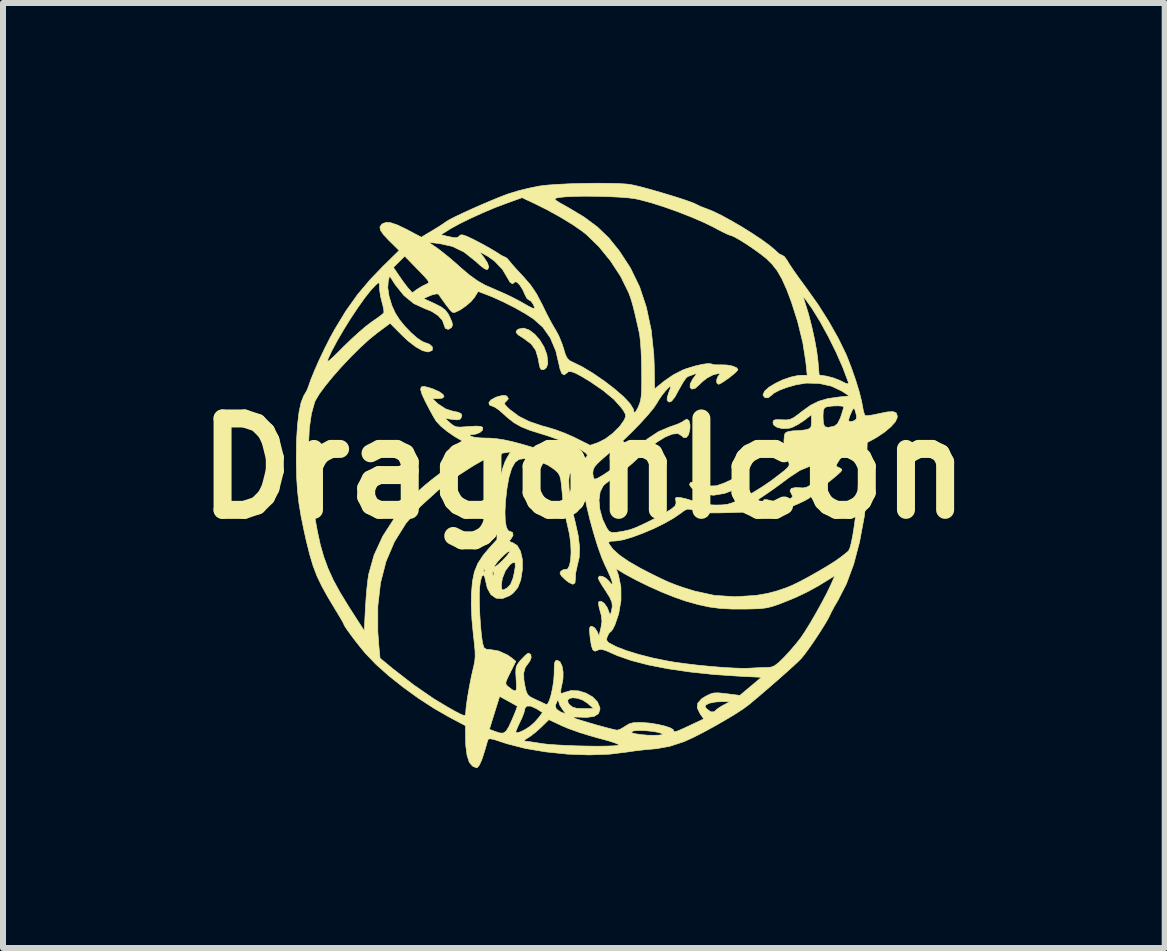
<source format=kicad_pcb>
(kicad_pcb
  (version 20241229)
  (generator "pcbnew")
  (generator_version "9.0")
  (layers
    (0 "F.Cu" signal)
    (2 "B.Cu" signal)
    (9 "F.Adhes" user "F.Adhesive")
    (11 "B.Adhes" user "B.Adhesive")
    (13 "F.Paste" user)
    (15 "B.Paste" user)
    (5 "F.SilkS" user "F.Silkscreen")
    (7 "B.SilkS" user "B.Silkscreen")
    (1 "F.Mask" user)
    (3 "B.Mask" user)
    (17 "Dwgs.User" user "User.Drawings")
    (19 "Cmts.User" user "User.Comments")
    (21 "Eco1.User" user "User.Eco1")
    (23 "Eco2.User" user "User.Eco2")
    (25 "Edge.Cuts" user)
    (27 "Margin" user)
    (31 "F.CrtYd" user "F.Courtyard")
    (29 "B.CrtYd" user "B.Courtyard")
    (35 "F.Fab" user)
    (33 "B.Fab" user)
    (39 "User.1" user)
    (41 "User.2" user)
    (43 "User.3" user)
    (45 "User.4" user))
  (footprint "DragonIcon"
    (layer "F.Cu")
    (at 6.684 4.761)
    (property "Reference" "DragonIcon" (at 0 0 0) (layer "F.SilkS") (effects (font (size 1.524 1.524) (thickness 0.3))))
    (attr through_hole)
    (fp_poly (pts (xy 2.565 0.195) (xy 2.57 0.236) (xy 2.541 0.309) (xy 2.459 0.372) (xy 2.346 0.415) (xy 2.162 0.446) (xy 1.999 0.427) (xy 1.89 0.385) (xy 1.799 0.325) (xy 1.762 0.272) (xy 1.776 0.234) (xy 1.836 0.223) (xy 1.937 0.248) (xy 1.95 0.253) (xy 2.084 0.292) (xy 2.21 0.288) (xy 2.349 0.239) (xy 2.376 0.226) (xy 2.476 0.18) (xy 2.537 0.17) (xy 2.565 0.195)) (stroke (width 0.01) (type solid)) (fill yes) (layer "F.SilkS"))
    (fp_poly (pts (xy -0.912 -2.309) (xy -0.819 -2.239) (xy -0.733 -2.14) (xy -0.663 -2.023) (xy -0.616 -1.897) (xy -0.601 -1.771) (xy -0.603 -1.739) (xy -0.627 -1.68) (xy -0.669 -1.648) (xy -0.711 -1.651) (xy -0.73 -1.679) (xy -0.743 -1.733) (xy -0.759 -1.816) (xy -0.762 -1.835) (xy -0.802 -1.971) (xy -0.878 -2.077) (xy -1.002 -2.169) (xy -1.005 -2.171) (xy -1.093 -2.227) (xy -1.13 -2.269) (xy -1.119 -2.302) (xy -1.088 -2.325) (xy -1.004 -2.341) (xy -0.912 -2.309)) (stroke (width 0.01) (type solid)) (fill yes) (layer "F.SilkS"))
    (fp_poly (pts (xy 0.401 -4.755) (xy 0.581 -4.751) (xy 0.721 -4.742) (xy 0.762 -4.737) (xy 0.845 -4.721) (xy 0.966 -4.691) (xy 1.114 -4.651) (xy 1.277 -4.604) (xy 1.441 -4.555) (xy 1.595 -4.507) (xy 1.726 -4.463) (xy 1.822 -4.428) (xy 1.868 -4.407) (xy 1.936 -4.373) (xy 2.026 -4.338) (xy 2.041 -4.333) (xy 2.154 -4.288) (xy 2.3 -4.217) (xy 2.466 -4.126) (xy 2.641 -4.024) (xy 2.813 -3.916) (xy 2.97 -3.811) (xy 3.1 -3.716) (xy 3.192 -3.638) (xy 3.21 -3.62) (xy 3.264 -3.573) (xy 3.306 -3.556) (xy 3.344 -3.532) (xy 3.388 -3.472) (xy 3.395 -3.459) (xy 3.431 -3.4) (xy 3.495 -3.305) (xy 3.579 -3.186) (xy 3.675 -3.055) (xy 3.708 -3.01) (xy 3.905 -2.733) (xy 4.086 -2.447) (xy 4.243 -2.168) (xy 4.368 -1.912) (xy 4.39 -1.86) (xy 4.464 -1.668) (xy 4.532 -1.472) (xy 4.589 -1.287) (xy 4.629 -1.129) (xy 4.646 -1.039) (xy 4.662 -0.953) (xy 4.682 -0.894) (xy 4.691 -0.882) (xy 4.731 -0.881) (xy 4.811 -0.892) (xy 4.916 -0.914) (xy 4.924 -0.916) (xy 5.065 -0.944) (xy 5.157 -0.948) (xy 5.209 -0.926) (xy 5.225 -0.876) (xy 5.224 -0.845) (xy 5.192 -0.778) (xy 5.118 -0.695) (xy 5.012 -0.606) (xy 4.885 -0.521) (xy 4.82 -0.484) (xy 4.724 -0.433) (xy 4.709 0.12) (xy 4.704 0.304) (xy 4.697 0.477) (xy 4.69 0.624) (xy 4.683 0.735) (xy 4.677 0.792) (xy 4.597 1.222) (xy 4.498 1.598) (xy 4.377 1.924) (xy 4.234 2.203) (xy 4.232 2.206) (xy 4.173 2.306) (xy 4.124 2.397) (xy 4.099 2.452) (xy 4.066 2.516) (xy 4.007 2.615) (xy 3.931 2.736) (xy 3.846 2.865) (xy 3.761 2.988) (xy 3.685 3.092) (xy 3.627 3.164) (xy 3.626 3.165) (xy 3.575 3.217) (xy 3.487 3.299) (xy 3.371 3.403) (xy 3.236 3.523) (xy 3.091 3.649) (xy 2.946 3.774) (xy 2.808 3.89) (xy 2.749 3.939) (xy 2.651 4.011) (xy 2.513 4.101) (xy 2.347 4.2) (xy 2.168 4.302) (xy 1.99 4.399) (xy 1.825 4.483) (xy 1.687 4.546) (xy 1.657 4.558) (xy 1.434 4.631) (xy 1.211 4.671) (xy 1.145 4.677) (xy 1.003 4.69) (xy 0.864 4.706) (xy 0.753 4.722) (xy 0.734 4.725) (xy 0.428 4.763) (xy 0.086 4.775) (xy -0.273 4.762) (xy -0.633 4.725) (xy -0.977 4.667) (xy -1.287 4.587) (xy -1.383 4.555) (xy -1.42 4.543) (xy -0.992 4.543) (xy -0.986 4.544) (xy -0.937 4.55) (xy -0.846 4.563) (xy -0.731 4.581) (xy -0.702 4.586) (xy -0.6 4.598) (xy -0.462 4.608) (xy -0.298 4.617) (xy -0.12 4.624) (xy 0.06 4.628) (xy 0.231 4.63) (xy 0.38 4.628) (xy 0.497 4.624) (xy 0.57 4.616) (xy 0.582 4.613) (xy 0.574 4.599) (xy 0.516 4.574) (xy 0.413 4.541) (xy 0.272 4.502) (xy 0.248 4.496) (xy 0.079 4.448) (xy -0.084 4.397) (xy 0.79 4.397) (xy 0.812 4.411) (xy 0.867 4.424) (xy 0.959 4.437) (xy 1.062 4.446) (xy 1.162 4.448) (xy 1.247 4.446) (xy 1.302 4.438) (xy 1.314 4.425) (xy 1.308 4.421) (xy 1.244 4.399) (xy 1.143 4.382) (xy 1.027 4.371) (xy 0.918 4.367) (xy 0.837 4.373) (xy 0.817 4.379) (xy 0.79 4.397) (xy -0.084 4.397) (xy -0.094 4.393) (xy -0.249 4.338) (xy -0.359 4.292) (xy -0.583 4.187) (xy -0.717 4.318) (xy -0.805 4.397) (xy -0.892 4.464) (xy -0.941 4.495) (xy -0.989 4.526) (xy -0.992 4.543) (xy -1.42 4.543) (xy -1.497 4.518) (xy -1.565 4.505) (xy -1.595 4.515) (xy -1.598 4.52) (xy -1.613 4.568) (xy -1.637 4.652) (xy -1.655 4.712) (xy -1.699 4.849) (xy -1.741 4.943) (xy -1.777 4.987) (xy -1.787 4.989) (xy -1.828 4.975) (xy -1.859 4.959) (xy -1.91 4.897) (xy -1.947 4.784) (xy -1.968 4.625) (xy -1.972 4.497) (xy -1.973 4.348) (xy -1.575 4.348) (xy -1.482 4.383) (xy -1.4 4.41) (xy -1.343 4.411) (xy -1.318 4.394) (xy -1.136 4.394) (xy -1.113 4.406) (xy -1.056 4.39) (xy -0.979 4.352) (xy -0.899 4.3) (xy -0.819 4.229) (xy -0.751 4.152) (xy -0.689 4.068) (xy -0.793 4.003) (xy -0.885 3.961) (xy -0.952 3.961) (xy -0.984 4.002) (xy -0.986 4.021) (xy -0.999 4.074) (xy -1.032 4.158) (xy -1.061 4.219) (xy -1.102 4.306) (xy -1.129 4.371) (xy -1.136 4.394) (xy -1.318 4.394) (xy -1.297 4.38) (xy -1.252 4.308) (xy -1.2 4.195) (xy -1.156 4.091) (xy -1.124 4.01) (xy -1.11 3.966) (xy -1.111 3.962) (xy -1.122 3.955) (xy -0.477 3.955) (xy -0.458 4.011) (xy -0.387 4.059) (xy -0.304 4.091) (xy -0.314 4.073) (xy -0.35 4.024) (xy -0.356 4.015) (xy -0.4 3.947) (xy -0.419 3.89) (xy -0.419 3.888) (xy -0.423 3.863) (xy -0.271 3.863) (xy -0.26 3.911) (xy -0.238 3.939) (xy -0.188 3.978) (xy -0.121 3.998) (xy -0.017 4.003) (xy -0.006 4.003) (xy 0.164 4.002) (xy 0.061 3.913) (xy -0.019 3.861) (xy -0.104 3.831) (xy -0.182 3.822) (xy -0.241 3.833) (xy -0.271 3.863) (xy -0.423 3.863) (xy -0.424 3.856) (xy -0.444 3.878) (xy -0.448 3.885) (xy -0.477 3.955) (xy -1.122 3.955) (xy -1.14 3.945) (xy -1.206 3.908) (xy -1.262 3.877) (xy -1.404 3.799) (xy -1.49 4.074) (xy -1.575 4.348) (xy -1.973 4.348) (xy -1.973 4.288) (xy -2.249 4.142) (xy -2.501 3.997) (xy -2.761 3.828) (xy -3.016 3.643) (xy -3.255 3.453) (xy -3.465 3.266) (xy -3.632 3.092) (xy -3.638 3.086) (xy -3.721 2.986) (xy -3.807 2.877) (xy -3.886 2.772) (xy -3.922 2.722) (xy -3.435 2.722) (xy -3.417 2.963) (xy -3.398 3.162) (xy -3.189 3.335) (xy -2.84 3.606) (xy -2.504 3.838) (xy -2.271 3.978) (xy -2.143 4.05) (xy -2.058 4.094) (xy -2.007 4.115) (xy -1.981 4.116) (xy -1.972 4.099) (xy -1.971 4.086) (xy -1.962 3.976) (xy -1.941 3.825) (xy -1.911 3.651) (xy -1.876 3.471) (xy -1.838 3.305) (xy -1.835 3.294) (xy -1.819 3.216) (xy -1.812 3.135) (xy -1.814 3.039) (xy -1.826 2.91) (xy -1.842 2.771) (xy -1.866 2.519) (xy -1.877 2.266) (xy -1.874 2.093) (xy -1.743 2.093) (xy -1.742 2.251) (xy -1.735 2.43) (xy -1.723 2.611) (xy -1.708 2.775) (xy -1.69 2.902) (xy -1.686 2.921) (xy -1.665 2.988) (xy -1.625 3.014) (xy -1.564 3.018) (xy -1.422 3.042) (xy -1.275 3.108) (xy -1.202 3.159) (xy -1.134 3.214) (xy -1.227 3.402) (xy -1.276 3.501) (xy -1.299 3.561) (xy -1.299 3.596) (xy -1.279 3.622) (xy -1.266 3.633) (xy -1.191 3.69) (xy -1.146 3.71) (xy -1.126 3.687) (xy -1.123 3.616) (xy -1.129 3.515) (xy -1.135 3.401) (xy -1.131 3.327) (xy -1.112 3.273) (xy -1.074 3.22) (xy -1.046 3.188) (xy -0.985 3.124) (xy -0.937 3.084) (xy -0.922 3.078) (xy -0.885 3.1) (xy -0.878 3.153) (xy -0.903 3.216) (xy -0.919 3.236) (xy -0.978 3.318) (xy -1.003 3.41) (xy -0.999 3.529) (xy -0.985 3.61) (xy -0.963 3.709) (xy -0.937 3.769) (xy -0.891 3.809) (xy -0.811 3.849) (xy -0.796 3.856) (xy -0.709 3.895) (xy -0.647 3.925) (xy -0.626 3.935) (xy -0.601 3.921) (xy -0.573 3.861) (xy -0.545 3.769) (xy -0.521 3.657) (xy -0.503 3.539) (xy -0.495 3.43) (xy -0.495 3.414) (xy -0.493 3.301) (xy -0.486 3.235) (xy -0.47 3.205) (xy -0.443 3.197) (xy -0.397 3.224) (xy -0.363 3.295) (xy -0.346 3.394) (xy -0.348 3.506) (xy -0.357 3.561) (xy -0.381 3.67) (xy -0.387 3.73) (xy -0.374 3.751) (xy -0.341 3.741) (xy -0.327 3.734) (xy -0.214 3.702) (xy -0.089 3.707) (xy 0.036 3.745) (xy 0.147 3.809) (xy 0.228 3.892) (xy 0.267 3.987) (xy 0.269 4.011) (xy 0.245 4.086) (xy 0.171 4.133) (xy 0.046 4.15) (xy -0.055 4.146) (xy -0.135 4.143) (xy -0.176 4.147) (xy -0.174 4.155) (xy -0.127 4.174) (xy -0.038 4.202) (xy 0.079 4.237) (xy 0.208 4.275) (xy 0.336 4.31) (xy 0.447 4.339) (xy 0.527 4.358) (xy 0.558 4.363) (xy 0.608 4.346) (xy 0.678 4.305) (xy 0.691 4.296) (xy 0.755 4.257) (xy 0.827 4.238) (xy 0.928 4.234) (xy 0.977 4.235) (xy 1.099 4.245) (xy 1.225 4.265) (xy 1.341 4.291) (xy 1.432 4.32) (xy 1.486 4.35) (xy 1.494 4.364) (xy 1.499 4.384) (xy 1.518 4.389) (xy 1.563 4.376) (xy 1.643 4.342) (xy 1.766 4.285) (xy 1.768 4.284) (xy 2 4.175) (xy 1.939 4.09) (xy 1.892 3.994) (xy 1.893 3.976) (xy 2.024 3.976) (xy 2.051 4.009) (xy 2.116 4.057) (xy 2.173 4.056) (xy 2.197 4.034) (xy 2.233 4.002) (xy 2.301 3.959) (xy 2.325 3.946) (xy 2.435 3.887) (xy 2.295 3.886) (xy 2.192 3.893) (xy 2.101 3.911) (xy 2.078 3.919) (xy 2.026 3.948) (xy 2.024 3.976) (xy 1.893 3.976) (xy 1.899 3.913) (xy 1.963 3.84) (xy 2.028 3.799) (xy 2.101 3.762) (xy 2.163 3.743) (xy 2.236 3.74) (xy 2.341 3.75) (xy 2.38 3.755) (xy 2.601 3.783) (xy 2.781 3.632) (xy 2.962 3.481) (xy 2.579 3.462) (xy 2.162 3.434) (xy 1.768 3.392) (xy 1.404 3.339) (xy 1.076 3.275) (xy 0.791 3.201) (xy 0.556 3.119) (xy 0.475 3.083) (xy 0.368 3.036) (xy 0.299 3.015) (xy 0.252 3.019) (xy 0.235 3.028) (xy 0.186 3.046) (xy 0.151 3.024) (xy 0.126 2.956) (xy 0.11 2.853) (xy 0.376 2.853) (xy 0.4 2.893) (xy 0.427 2.912) (xy 0.545 2.973) (xy 0.711 3.037) (xy 0.913 3.099) (xy 1.139 3.157) (xy 1.378 3.206) (xy 1.497 3.227) (xy 1.684 3.253) (xy 1.893 3.278) (xy 2.108 3.299) (xy 2.316 3.316) (xy 2.504 3.327) (xy 2.657 3.332) (xy 2.749 3.33) (xy 2.873 3.323) (xy 2.991 3.318) (xy 3.058 3.317) (xy 3.123 3.311) (xy 3.18 3.288) (xy 3.245 3.239) (xy 3.333 3.153) (xy 3.335 3.151) (xy 3.436 3.042) (xy 3.539 2.921) (xy 3.616 2.824) (xy 3.687 2.718) (xy 3.776 2.574) (xy 3.872 2.409) (xy 3.967 2.237) (xy 4.052 2.076) (xy 4.117 1.941) (xy 4.128 1.916) (xy 4.185 1.785) (xy 4.117 1.829) (xy 3.905 1.959) (xy 3.716 2.062) (xy 3.528 2.151) (xy 3.377 2.213) (xy 3.239 2.267) (xy 3.133 2.302) (xy 3.039 2.324) (xy 2.937 2.336) (xy 2.807 2.341) (xy 2.704 2.343) (xy 2.468 2.343) (xy 2.269 2.332) (xy 2.087 2.308) (xy 1.9 2.267) (xy 1.688 2.207) (xy 1.509 2.144) (xy 1.299 2.06) (xy 1.08 1.962) (xy 0.872 1.86) (xy 0.694 1.764) (xy 0.647 1.736) (xy 0.539 1.669) (xy 0.578 1.783) (xy 0.618 1.978) (xy 0.619 2.198) (xy 0.581 2.422) (xy 0.518 2.607) (xy 0.483 2.677) (xy 0.454 2.716) (xy 0.448 2.719) (xy 0.422 2.743) (xy 0.394 2.794) (xy 0.376 2.853) (xy 0.11 2.853) (xy 0.107 2.836) (xy 0.105 2.816) (xy 0.095 2.713) (xy 0.097 2.657) (xy 0.112 2.633) (xy 0.132 2.63) (xy 0.178 2.654) (xy 0.217 2.709) (xy 0.253 2.788) (xy 0.285 2.656) (xy 0.302 2.549) (xy 0.291 2.448) (xy 0.273 2.384) (xy 0.251 2.298) (xy 0.245 2.237) (xy 0.25 2.22) (xy 0.291 2.214) (xy 0.342 2.25) (xy 0.389 2.318) (xy 0.406 2.36) (xy 0.429 2.423) (xy 0.442 2.433) (xy 0.456 2.396) (xy 0.458 2.387) (xy 0.474 2.304) (xy 0.468 2.232) (xy 0.434 2.152) (xy 0.368 2.046) (xy 0.359 2.032) (xy 0.299 1.941) (xy 0.257 1.867) (xy 0.239 1.826) (xy 0.239 1.824) (xy 0.259 1.794) (xy 0.308 1.797) (xy 0.367 1.828) (xy 0.415 1.875) (xy 0.458 1.925) (xy 0.476 1.926) (xy 0.47 1.884) (xy 0.441 1.803) (xy 0.39 1.688) (xy 0.359 1.626) (xy 0.298 1.485) (xy 0.232 1.3) (xy 0.209 1.226) (xy 0.415 1.226) (xy 0.418 1.253) (xy 0.419 1.255) (xy 0.487 1.348) (xy 0.595 1.445) (xy 0.747 1.55) (xy 0.949 1.666) (xy 1.136 1.762) (xy 1.289 1.837) (xy 1.413 1.894) (xy 1.527 1.939) (xy 1.652 1.983) (xy 1.809 2.032) (xy 1.853 2.045) (xy 2.175 2.115) (xy 2.519 2.138) (xy 2.87 2.116) (xy 3.065 2.082) (xy 3.21 2.044) (xy 3.367 1.991) (xy 3.471 1.949) (xy 3.598 1.887) (xy 3.748 1.807) (xy 3.907 1.717) (xy 4.059 1.627) (xy 4.19 1.545) (xy 4.282 1.479) (xy 4.288 1.475) (xy 4.355 1.422) (xy 4.404 1.382) (xy 4.41 1.378) (xy 4.434 1.331) (xy 4.46 1.235) (xy 4.486 1.099) (xy 4.512 0.934) (xy 4.535 0.749) (xy 4.555 0.556) (xy 4.57 0.364) (xy 4.58 0.183) (xy 4.583 0.024) (xy 4.58 -0.065) (xy 4.564 -0.354) (xy 4.441 -0.293) (xy 4.348 -0.232) (xy 4.269 -0.155) (xy 4.254 -0.134) (xy 4.215 -0.07) (xy 4.208 -0.039) (xy 4.232 -0.024) (xy 4.246 -0.02) (xy 4.293 0.006) (xy 4.303 0.026) (xy 4.281 0.056) (xy 4.22 0.112) (xy 4.131 0.186) (xy 4.057 0.244) (xy 3.953 0.324) (xy 3.869 0.392) (xy 3.814 0.439) (xy 3.8 0.455) (xy 3.763 0.489) (xy 3.686 0.534) (xy 3.584 0.583) (xy 3.474 0.63) (xy 3.371 0.666) (xy 3.292 0.686) (xy 3.273 0.687) (xy 3.195 0.697) (xy 3.168 0.726) (xy 3.168 0.726) (xy 3.148 0.791) (xy 3.091 0.81) (xy 3.001 0.783) (xy 2.986 0.776) (xy 2.936 0.753) (xy 2.881 0.738) (xy 2.811 0.73) (xy 2.714 0.728) (xy 2.577 0.73) (xy 2.445 0.735) (xy 2.255 0.74) (xy 2.111 0.74) (xy 2.003 0.733) (xy 1.917 0.718) (xy 1.87 0.706) (xy 1.782 0.681) (xy 1.726 0.677) (xy 1.677 0.699) (xy 1.616 0.745) (xy 1.493 0.829) (xy 1.337 0.917) (xy 1.162 1.003) (xy 0.98 1.08) (xy 0.807 1.144) (xy 0.655 1.189) (xy 0.539 1.207) (xy 0.533 1.208) (xy 0.45 1.212) (xy 0.415 1.226) (xy 0.209 1.226) (xy 0.166 1.086) (xy 0.103 0.859) (xy 0.049 0.634) (xy 0.008 0.426) (xy 0.002 0.39) (xy -0.031 0.257) (xy -0.08 0.153) (xy -0.138 0.085) (xy -0.2 0.064) (xy -0.217 0.068) (xy -0.242 0.108) (xy -0.251 0.195) (xy -0.247 0.322) (xy -0.229 0.478) (xy -0.199 0.654) (xy -0.158 0.841) (xy -0.146 0.885) (xy -0.094 1.12) (xy -0.071 1.316) (xy -0.078 1.486) (xy -0.115 1.644) (xy -0.115 1.647) (xy -0.137 1.744) (xy -0.141 1.834) (xy -0.141 1.835) (xy -0.148 1.908) (xy -0.183 1.93) (xy -0.248 1.901) (xy -0.312 1.851) (xy -0.376 1.788) (xy -0.398 1.747) (xy -0.384 1.713) (xy -0.337 1.684) (xy -0.311 1.685) (xy -0.27 1.675) (xy -0.239 1.617) (xy -0.22 1.52) (xy -0.213 1.395) (xy -0.219 1.252) (xy -0.238 1.102) (xy -0.271 0.954) (xy -0.301 0.823) (xy -0.33 0.659) (xy -0.353 0.49) (xy -0.36 0.418) (xy -0.373 0.278) (xy -0.385 0.184) (xy -0.402 0.122) (xy -0.427 0.077) (xy -0.466 0.037) (xy -0.5 0.009) (xy -0.513 0) (xy 0 0) (xy 0.011 0.025) (xy 0.02 0.02) (xy 0.023 -0.016) (xy 0.02 -0.02) (xy 0.002 -0.016) (xy 0 0) (xy -0.513 0) (xy -0.602 -0.058) (xy -0.731 -0.113) (xy -0.867 -0.15) (xy -0.991 -0.165) (xy -1.08 -0.153) (xy -1.148 -0.102) (xy -1.204 -0.001) (xy -1.25 0.153) (xy -1.283 0.341) (xy -1.306 0.547) (xy -1.315 0.726) (xy -1.31 0.873) (xy -1.292 0.978) (xy -1.261 1.037) (xy -1.238 1.046) (xy -1.188 1.066) (xy -1.18 1.114) (xy -1.209 1.164) (xy -1.24 1.205) (xy -1.222 1.226) (xy -1.187 1.236) (xy -1.111 1.284) (xy -1.056 1.38) (xy -1.026 1.512) (xy -1.024 1.672) (xy -1.025 1.687) (xy -1.052 1.857) (xy -1.1 1.982) (xy -1.176 2.075) (xy -1.239 2.121) (xy -1.359 2.169) (xy -1.464 2.162) (xy -1.55 2.102) (xy -1.61 1.993) (xy -1.622 1.941) (xy -1.375 1.941) (xy -1.37 2.009) (xy -1.349 2.027) (xy -1.298 2.002) (xy -1.273 1.986) (xy -1.222 1.932) (xy -1.183 1.836) (xy -1.165 1.761) (xy -1.144 1.643) (xy -1.145 1.578) (xy -1.169 1.562) (xy -1.217 1.591) (xy -1.229 1.601) (xy -1.307 1.702) (xy -1.359 1.832) (xy -1.375 1.941) (xy -1.622 1.941) (xy -1.635 1.886) (xy -1.654 1.802) (xy -1.677 1.774) (xy -1.701 1.799) (xy -1.723 1.874) (xy -1.737 1.975) (xy -1.743 2.093) (xy -1.874 2.093) (xy -1.874 2.092) (xy -1.858 1.886) (xy -1.829 1.746) (xy -1.522 1.746) (xy -1.516 1.784) (xy -1.506 1.785) (xy -1.499 1.745) (xy -1.504 1.728) (xy -1.517 1.716) (xy -1.522 1.746) (xy -1.829 1.746) (xy -1.824 1.722) (xy -1.816 1.703) (xy -1.673 1.703) (xy -1.662 1.728) (xy -1.653 1.723) (xy -1.65 1.688) (xy -1.653 1.683) (xy -1.671 1.687) (xy -1.673 1.703) (xy -1.816 1.703) (xy -1.791 1.641) (xy -1.494 1.641) (xy -1.475 1.637) (xy -1.425 1.598) (xy -1.355 1.533) (xy -1.352 1.53) (xy -1.285 1.458) (xy -1.244 1.404) (xy -1.237 1.378) (xy -1.238 1.378) (xy -1.271 1.392) (xy -1.327 1.438) (xy -1.391 1.501) (xy -1.449 1.567) (xy -1.487 1.621) (xy -1.494 1.641) (xy -1.791 1.641) (xy -1.767 1.582) (xy -1.679 1.448) (xy -1.588 1.339) (xy -1.449 1.185) (xy -1.446 0.809) (xy -1.443 0.653) (xy -1.437 0.507) (xy -1.429 0.388) (xy -1.421 0.314) (xy -1.386 0.131) (xy -1.352 -0.005) (xy -1.317 -0.107) (xy -1.282 -0.176) (xy -1.222 -0.277) (xy -1.35 -0.257) (xy -1.455 -0.234) (xy -1.564 -0.195) (xy -1.687 -0.135) (xy -1.835 -0.051) (xy -2.016 0.065) (xy -2.07 0.1) (xy -2.425 0.359) (xy -2.723 0.63) (xy -2.967 0.915) (xy -3.158 1.221) (xy -3.298 1.55) (xy -3.39 1.907) (xy -3.435 2.296) (xy -3.435 2.722) (xy -3.922 2.722) (xy -3.951 2.682) (xy -3.993 2.617) (xy -4.004 2.591) (xy -4.019 2.56) (xy -4.059 2.491) (xy -4.116 2.395) (xy -4.149 2.341) (xy -4.273 2.135) (xy -4.371 1.957) (xy -4.45 1.792) (xy -4.514 1.623) (xy -4.57 1.436) (xy -4.625 1.215) (xy -4.663 1.046) (xy -4.714 0.797) (xy -4.75 0.579) (xy -4.774 0.372) (xy -4.788 0.155) (xy -4.794 -0.095) (xy -4.794 -0.179) (xy -4.791 -0.387) (xy -4.59 -0.387) (xy -4.584 -0.068) (xy -4.558 0.279) (xy -4.512 0.647) (xy -4.494 0.762) (xy -4.445 1.033) (xy -4.395 1.266) (xy -4.336 1.473) (xy -4.265 1.666) (xy -4.177 1.86) (xy -4.065 2.065) (xy -3.925 2.295) (xy -3.797 2.495) (xy -3.661 2.704) (xy -3.642 2.331) (xy -3.631 2.165) (xy -3.617 1.999) (xy -3.601 1.855) (xy -3.587 1.763) (xy -3.498 1.445) (xy -3.352 1.128) (xy -3.151 0.817) (xy -2.898 0.516) (xy -2.732 0.352) (xy -2.628 0.261) (xy -2.498 0.157) (xy -2.353 0.047) (xy -2.204 -0.06) (xy -2.061 -0.158) (xy -1.936 -0.239) (xy -1.838 -0.294) (xy -1.793 -0.314) (xy -1.751 -0.342) (xy -1.761 -0.372) (xy -1.814 -0.388) (xy -1.821 -0.388) (xy -1.91 -0.408) (xy -2.026 -0.459) (xy -2.154 -0.533) (xy -2.28 -0.62) (xy -2.389 -0.71) (xy -2.465 -0.794) (xy -2.468 -0.799) (xy -2.508 -0.865) (xy -2.563 -0.965) (xy -2.623 -1.08) (xy -2.636 -1.104) (xy -2.697 -1.234) (xy -2.722 -1.318) (xy -2.71 -1.361) (xy -2.658 -1.368) (xy -2.564 -1.343) (xy -2.517 -1.327) (xy -2.411 -1.28) (xy -2.348 -1.235) (xy -2.331 -1.197) (xy -2.363 -1.172) (xy -2.426 -1.165) (xy -2.525 -1.165) (xy -2.429 -1.075) (xy -2.301 -0.992) (xy -2.196 -0.959) (xy -2.097 -0.938) (xy -2.047 -0.915) (xy -2.034 -0.885) (xy -2.044 -0.849) (xy -2.068 -0.818) (xy -2.12 -0.811) (xy -2.189 -0.818) (xy -2.316 -0.837) (xy -2.228 -0.758) (xy -2.178 -0.718) (xy -2.131 -0.696) (xy -2.068 -0.69) (xy -1.97 -0.696) (xy -1.924 -0.7) (xy -1.795 -0.707) (xy -1.718 -0.702) (xy -1.686 -0.684) (xy -1.689 -0.641) (xy -1.733 -0.6) (xy -1.804 -0.573) (xy -1.851 -0.567) (xy -1.9 -0.563) (xy -1.895 -0.547) (xy -1.883 -0.538) (xy -1.829 -0.522) (xy -1.739 -0.511) (xy -1.671 -0.508) (xy -1.56 -0.506) (xy -1.45 -0.496) (xy -1.334 -0.478) (xy -1.202 -0.45) (xy -1.046 -0.409) (xy -0.857 -0.354) (xy -0.626 -0.282) (xy -0.433 -0.22) (xy -0.284 -0.174) (xy -0.179 -0.146) (xy -0.105 -0.134) (xy -0.053 -0.137) (xy -0.022 -0.146) (xy 0.037 -0.182) (xy 0.06 -0.221) (xy 0.033 -0.257) (xy -0.04 -0.306) (xy -0.15 -0.364) (xy -0.287 -0.426) (xy -0.439 -0.487) (xy -0.597 -0.543) (xy -0.716 -0.58) (xy -0.902 -0.638) (xy -1.047 -0.697) (xy -1.166 -0.765) (xy -1.278 -0.853) (xy -1.337 -0.907) (xy -1.413 -0.974) (xy -1.48 -1.02) (xy -1.511 -1.034) (xy -1.573 -1.058) (xy -1.584 -1.097) (xy -1.549 -1.143) (xy -1.473 -1.185) (xy -1.435 -1.199) (xy -1.35 -1.219) (xy -1.299 -1.215) (xy -1.277 -1.198) (xy -1.258 -1.161) (xy -1.292 -1.123) (xy -1.293 -1.122) (xy -1.32 -1.096) (xy -1.317 -1.067) (xy -1.277 -1.023) (xy -1.232 -0.981) (xy -1.085 -0.871) (xy -0.909 -0.783) (xy -0.691 -0.709) (xy -0.621 -0.691) (xy -0.481 -0.649) (xy -0.319 -0.589) (xy -0.168 -0.523) (xy -0.143 -0.51) (xy 0.105 -0.387) (xy 0.239 -0.433) (xy 0.359 -0.494) (xy 0.485 -0.589) (xy 0.597 -0.7) (xy 0.672 -0.807) (xy 0.695 -0.861) (xy 0.693 -0.906) (xy 0.661 -0.964) (xy 0.63 -1.008) (xy 0.504 -1.15) (xy 0.326 -1.298) (xy 0.105 -1.45) (xy -0.039 -1.537) (xy -0.142 -1.591) (xy -0.213 -1.616) (xy -0.26 -1.613) (xy -0.286 -1.591) (xy -0.329 -1.56) (xy -0.368 -1.585) (xy -0.398 -1.662) (xy -0.405 -1.697) (xy -0.467 -1.961) (xy -0.559 -2.178) (xy -0.684 -2.356) (xy -0.841 -2.495) (xy -0.977 -2.583) (xy -1.148 -2.68) (xy -1.336 -2.775) (xy -1.518 -2.858) (xy -1.606 -2.893) (xy -1.762 -2.952) (xy -1.825 -2.85) (xy -1.883 -2.782) (xy -1.967 -2.71) (xy -2.058 -2.647) (xy -2.139 -2.607) (xy -2.175 -2.6) (xy -2.198 -2.61) (xy -2.234 -2.647) (xy -2.288 -2.716) (xy -2.366 -2.824) (xy -2.424 -2.907) (xy -2.459 -2.912) (xy -2.528 -2.895) (xy -2.558 -2.884) (xy -2.674 -2.834) (xy -2.488 -2.749) (xy -2.381 -2.695) (xy -2.312 -2.643) (xy -2.263 -2.579) (xy -2.237 -2.529) (xy -2.199 -2.442) (xy -2.19 -2.388) (xy -2.208 -2.349) (xy -2.261 -2.319) (xy -2.309 -2.337) (xy -2.331 -2.395) (xy -2.331 -2.396) (xy -2.358 -2.472) (xy -2.431 -2.55) (xy -2.537 -2.62) (xy -2.661 -2.67) (xy -2.836 -2.751) (xy -3 -2.885) (xy -3.143 -3.063) (xy -3.155 -3.082) (xy -3.238 -3.212) (xy -3.261 -3.125) (xy -3.269 -3.014) (xy -3.248 -2.873) (xy -3.202 -2.72) (xy -3.142 -2.588) (xy -3.074 -2.482) (xy -2.983 -2.37) (xy -2.88 -2.264) (xy -2.78 -2.175) (xy -2.693 -2.117) (xy -2.653 -2.101) (xy -2.571 -2.071) (xy -2.525 -2.026) (xy -2.525 -1.978) (xy -2.534 -1.966) (xy -2.597 -1.943) (xy -2.689 -1.965) (xy -2.803 -2.029) (xy -2.934 -2.13) (xy -3.023 -2.214) (xy -3.23 -2.421) (xy -3.445 -2.261) (xy -3.579 -2.153) (xy -3.728 -2.017) (xy -3.883 -1.863) (xy -4.037 -1.7) (xy -4.181 -1.537) (xy -4.307 -1.383) (xy -4.408 -1.247) (xy -4.474 -1.137) (xy -4.488 -1.106) (xy -4.542 -0.913) (xy -4.577 -0.671) (xy -4.59 -0.387) (xy -4.791 -0.387) (xy -4.79 -0.47) (xy -4.774 -0.725) (xy -4.749 -0.937) (xy -4.714 -1.101) (xy -4.67 -1.212) (xy -4.662 -1.225) (xy -4.618 -1.301) (xy -4.594 -1.36) (xy -4.552 -1.481) (xy -4.487 -1.64) (xy -4.417 -1.799) (xy -4.274 -1.799) (xy -4.268 -1.787) (xy -4.238 -1.806) (xy -4.18 -1.858) (xy -4.089 -1.947) (xy -4.013 -2.024) (xy -3.887 -2.146) (xy -3.757 -2.265) (xy -3.637 -2.368) (xy -3.541 -2.441) (xy -3.535 -2.445) (xy -3.444 -2.508) (xy -3.373 -2.561) (xy -3.337 -2.592) (xy -3.335 -2.595) (xy -3.334 -2.635) (xy -3.349 -2.712) (xy -3.363 -2.764) (xy -3.39 -2.873) (xy -3.405 -2.979) (xy -3.407 -3.013) (xy -3.408 -3.081) (xy -3.422 -3.098) (xy -3.457 -3.072) (xy -3.47 -3.06) (xy -3.552 -2.972) (xy -3.655 -2.842) (xy -3.769 -2.681) (xy -3.889 -2.501) (xy -4.005 -2.314) (xy -4.112 -2.131) (xy -4.202 -1.963) (xy -4.261 -1.836) (xy -4.274 -1.799) (xy -4.417 -1.799) (xy -4.407 -1.82) (xy -4.318 -2.007) (xy -4.228 -2.185) (xy -4.154 -2.319) (xy -3.965 -2.63) (xy -3.771 -2.902) (xy -3.557 -3.155) (xy -3.366 -3.353) (xy -3.175 -3.353) (xy -3.077 -3.208) (xy -3.012 -3.115) (xy -2.95 -3.033) (xy -2.92 -2.997) (xy -2.86 -2.93) (xy -2.778 -2.989) (xy -2.697 -3.039) (xy -2.625 -3.074) (xy -2.596 -3.087) (xy -2.587 -3.106) (xy -2.603 -3.139) (xy -2.649 -3.194) (xy -2.731 -3.279) (xy -2.771 -3.32) (xy -2.986 -3.541) (xy -3.081 -3.447) (xy -3.175 -3.353) (xy -3.366 -3.353) (xy -3.356 -3.364) (xy -3.08 -3.635) (xy -3.217 -3.771) (xy -2.585 -3.771) (xy -2.435 -3.667) (xy -2.348 -3.6) (xy -2.234 -3.508) (xy -2.114 -3.404) (xy -2.05 -3.346) (xy -1.906 -3.224) (xy -1.767 -3.125) (xy -1.65 -3.059) (xy -1.646 -3.057) (xy -1.522 -3.003) (xy -1.392 -2.946) (xy -1.33 -2.919) (xy -1.217 -2.866) (xy -1.089 -2.8) (xy -1.016 -2.759) (xy -0.911 -2.7) (xy -0.85 -2.671) (xy -0.824 -2.671) (xy -0.827 -2.699) (xy -0.842 -2.734) (xy -0.879 -2.789) (xy -0.913 -2.809) (xy -0.948 -2.834) (xy -0.981 -2.896) (xy -0.982 -2.9) (xy -1.02 -2.984) (xy -1.066 -3.057) (xy -1.111 -3.104) (xy -1.144 -3.114) (xy -1.15 -3.109) (xy -1.189 -3.079) (xy -1.232 -3.107) (xy -1.262 -3.16) (xy -1.357 -3.32) (xy -1.491 -3.46) (xy -1.603 -3.539) (xy -1.74 -3.615) (xy -1.662 -3.513) (xy -1.605 -3.424) (xy -1.585 -3.357) (xy -1.603 -3.321) (xy -1.623 -3.317) (xy -1.663 -3.336) (xy -1.73 -3.388) (xy -1.81 -3.46) (xy -1.81 -3.46) (xy -1.996 -3.608) (xy -2.192 -3.703) (xy -2.406 -3.75) (xy -2.585 -3.771) (xy -3.217 -3.771) (xy -3.244 -3.796) (xy -3.34 -3.899) (xy -3.391 -3.973) (xy -3.4 -4.028) (xy -3.37 -4.071) (xy -3.349 -4.085) (xy -3.293 -4.104) (xy -3.217 -4.097) (xy -3.113 -4.062) (xy -2.972 -3.995) (xy -2.909 -3.962) (xy -2.709 -3.856) (xy -2.642 -3.897) (xy -2.383 -3.897) (xy -2.246 -3.865) (xy -2.156 -3.848) (xy -2.105 -3.852) (xy -2.075 -3.877) (xy -2.053 -3.895) (xy -2.015 -3.894) (xy -1.951 -3.871) (xy -1.849 -3.823) (xy -1.806 -3.801) (xy -1.682 -3.736) (xy -1.564 -3.67) (xy -1.472 -3.615) (xy -1.455 -3.604) (xy -1.382 -3.557) (xy -1.328 -3.529) (xy -1.315 -3.526) (xy -1.28 -3.504) (xy -1.242 -3.46) (xy -1.201 -3.409) (xy -1.131 -3.33) (xy -1.044 -3.236) (xy -1.009 -3.199) (xy -0.887 -3.058) (xy -0.787 -2.909) (xy -0.692 -2.727) (xy -0.688 -2.719) (xy -0.623 -2.585) (xy -0.556 -2.457) (xy -0.498 -2.354) (xy -0.473 -2.314) (xy -0.42 -2.217) (xy -0.369 -2.093) (xy -0.339 -2.004) (xy -0.307 -1.898) (xy -0.275 -1.835) (xy -0.233 -1.796) (xy -0.181 -1.771) (xy -0.028 -1.696) (xy 0.151 -1.588) (xy 0.34 -1.459) (xy 0.499 -1.337) (xy 0.659 -1.2) (xy 0.767 -1.085) (xy 0.825 -0.992) (xy 0.837 -0.937) (xy 0.849 -0.929) (xy 0.877 -0.967) (xy 0.903 -1.016) (xy 0.927 -1.073) (xy 0.945 -1.131) (xy 0.956 -1.202) (xy 0.962 -1.298) (xy 0.965 -1.43) (xy 0.964 -1.609) (xy 0.964 -1.623) (xy 0.961 -1.799) (xy 0.954 -1.967) (xy 0.944 -2.112) (xy 0.932 -2.219) (xy 0.927 -2.25) (xy 0.882 -2.45) (xy 0.847 -2.601) (xy 0.818 -2.715) (xy 0.793 -2.803) (xy 0.769 -2.875) (xy 0.743 -2.942) (xy 0.742 -2.943) (xy 0.613 -3.204) (xy 0.444 -3.462) (xy 0.25 -3.7) (xy 0.043 -3.901) (xy -0.025 -3.955) (xy -0.187 -4.067) (xy -0.387 -4.189) (xy -0.607 -4.311) (xy -0.83 -4.422) (xy -0.836 -4.425) (xy -0.977 -4.491) (xy -0.484 -4.491) (xy -0.463 -4.469) (xy -0.404 -4.431) (xy -0.3 -4.373) (xy -0.269 -4.356) (xy -0.000231 -4.195) (xy 0.223 -4.03) (xy 0.415 -3.846) (xy 0.588 -3.632) (xy 0.757 -3.374) (xy 0.782 -3.332) (xy 0.929 -3.03) (xy 1.043 -2.686) (xy 1.123 -2.308) (xy 1.166 -1.904) (xy 1.173 -1.732) (xy 1.18 -1.328) (xy 1.351 -1.465) (xy 1.494 -1.563) (xy 1.651 -1.643) (xy 1.709 -1.665) (xy 1.854 -1.709) (xy 1.981 -1.738) (xy 2.077 -1.75) (xy 2.131 -1.743) (xy 2.135 -1.74) (xy 2.174 -1.73) (xy 2.249 -1.728) (xy 2.28 -1.729) (xy 2.38 -1.726) (xy 2.474 -1.709) (xy 2.543 -1.682) (xy 2.57 -1.65) (xy 2.547 -1.619) (xy 2.491 -1.568) (xy 2.416 -1.509) (xy 2.338 -1.454) (xy 2.275 -1.415) (xy 2.245 -1.404) (xy 2.217 -1.427) (xy 2.214 -1.479) (xy 2.236 -1.534) (xy 2.247 -1.548) (xy 2.268 -1.577) (xy 2.246 -1.584) (xy 2.157 -1.563) (xy 2.054 -1.509) (xy 1.96 -1.435) (xy 1.933 -1.406) (xy 1.859 -1.339) (xy 1.802 -1.323) (xy 1.771 -1.35) (xy 1.773 -1.41) (xy 1.817 -1.495) (xy 1.83 -1.511) (xy 1.87 -1.565) (xy 1.875 -1.583) (xy 1.843 -1.574) (xy 1.837 -1.571) (xy 1.766 -1.545) (xy 1.733 -1.534) (xy 1.699 -1.502) (xy 1.65 -1.43) (xy 1.595 -1.333) (xy 1.584 -1.313) (xy 1.517 -1.191) (xy 1.463 -1.123) (xy 1.421 -1.107) (xy 1.39 -1.134) (xy 1.389 -1.178) (xy 1.41 -1.25) (xy 1.417 -1.269) (xy 1.442 -1.336) (xy 1.451 -1.372) (xy 1.449 -1.375) (xy 1.415 -1.352) (xy 1.361 -1.295) (xy 1.3 -1.218) (xy 1.245 -1.137) (xy 1.221 -1.095) (xy 1.164 -1.009) (xy 1.069 -0.894) (xy 0.946 -0.758) (xy 0.801 -0.609) (xy 0.644 -0.457) (xy 0.482 -0.309) (xy 0.411 -0.248) (xy 0.297 -0.149) (xy 0.221 -0.078) (xy 0.177 -0.025) (xy 0.156 0.021) (xy 0.15 0.068) (xy 0.149 0.077) (xy 0.158 0.145) (xy 0.178 0.179) (xy 0.182 0.179) (xy 0.232 0.161) (xy 0.316 0.112) (xy 0.423 0.041) (xy 0.543 -0.046) (xy 0.664 -0.139) (xy 0.775 -0.231) (xy 0.865 -0.313) (xy 0.878 -0.327) (xy 1.062 -0.495) (xy 1.245 -0.615) (xy 1.441 -0.698) (xy 1.47 -0.707) (xy 1.566 -0.741) (xy 1.641 -0.777) (xy 1.666 -0.795) (xy 1.716 -0.823) (xy 1.753 -0.797) (xy 1.77 -0.726) (xy 1.768 -0.657) (xy 1.746 -0.564) (xy 1.708 -0.516) (xy 1.66 -0.518) (xy 1.627 -0.549) (xy 1.568 -0.583) (xy 1.476 -0.574) (xy 1.358 -0.526) (xy 1.219 -0.441) (xy 1.065 -0.322) (xy 0.926 -0.195) (xy 0.811 -0.089) (xy 0.69 0.014) (xy 0.581 0.097) (xy 0.538 0.126) (xy 0.444 0.19) (xy 0.365 0.25) (xy 0.324 0.287) (xy 0.272 0.389) (xy 0.253 0.526) (xy 0.267 0.683) (xy 0.312 0.846) (xy 0.379 0.988) (xy 0.42 1.046) (xy 0.467 1.068) (xy 0.544 1.064) (xy 0.552 1.063) (xy 0.662 1.045) (xy 0.769 1.02) (xy 0.777 1.018) (xy 0.862 0.986) (xy 0.981 0.933) (xy 1.118 0.866) (xy 1.256 0.795) (xy 1.377 0.727) (xy 1.456 0.678) (xy 1.519 0.626) (xy 1.538 0.576) (xy 1.534 0.542) (xy 1.527 0.495) (xy 1.549 0.479) (xy 1.615 0.486) (xy 1.617 0.486) (xy 1.709 0.507) (xy 1.818 0.541) (xy 1.853 0.554) (xy 1.978 0.588) (xy 2.133 0.607) (xy 2.2 0.609) (xy 2.309 0.607) (xy 2.397 0.596) (xy 2.484 0.569) (xy 2.494 0.565) (xy 2.863 0.565) (xy 2.876 0.582) (xy 2.902 0.593) (xy 2.956 0.605) (xy 2.979 0.579) (xy 2.983 0.561) (xy 3.005 0.519) (xy 3.058 0.521) (xy 3.18 0.551) (xy 3.27 0.557) (xy 3.35 0.541) (xy 3.39 0.526) (xy 3.46 0.492) (xy 3.482 0.464) (xy 3.467 0.434) (xy 3.437 0.373) (xy 3.46 0.332) (xy 3.531 0.317) (xy 3.582 0.32) (xy 3.657 0.324) (xy 3.721 0.309) (xy 3.796 0.266) (xy 3.853 0.225) (xy 3.932 0.167) (xy 3.986 0.125) (xy 4.004 0.108) (xy 3.978 0.104) (xy 3.922 0.103) (xy 3.86 0.093) (xy 3.84 0.053) (xy 3.84 0.045) (xy 3.864 -0.009) (xy 3.904 -0.024) (xy 3.976 -0.053) (xy 4.016 -0.086) (xy 4.032 -0.109) (xy 4.018 -0.116) (xy 3.967 -0.105) (xy 3.87 -0.076) (xy 3.832 -0.064) (xy 3.603 0.031) (xy 3.422 0.15) (xy 3.302 0.24) (xy 3.163 0.341) (xy 3.036 0.429) (xy 2.937 0.496) (xy 2.881 0.539) (xy 2.863 0.565) (xy 2.494 0.565) (xy 2.59 0.522) (xy 2.663 0.487) (xy 2.812 0.406) (xy 2.974 0.306) (xy 3.119 0.207) (xy 3.138 0.193) (xy 3.264 0.097) (xy 3.349 0.03) (xy 3.4 -0.018) (xy 3.422 -0.053) (xy 3.422 -0.086) (xy 3.406 -0.123) (xy 3.39 -0.152) (xy 3.36 -0.239) (xy 3.342 -0.35) (xy 3.336 -0.463) (xy 3.344 -0.554) (xy 3.357 -0.59) (xy 3.4 -0.614) (xy 3.476 -0.627) (xy 3.494 -0.628) (xy 3.599 -0.633) (xy 3.698 -0.645) (xy 3.702 -0.646) (xy 3.763 -0.665) (xy 3.789 -0.7) (xy 3.795 -0.773) (xy 3.795 -0.78) (xy 3.795 -0.893) (xy 3.988 -0.893) (xy 3.988 -0.85) (xy 3.994 -0.748) (xy 4.019 -0.696) (xy 4.075 -0.685) (xy 4.173 -0.705) (xy 4.174 -0.705) (xy 4.228 -0.745) (xy 4.262 -0.811) (xy 4.413 -0.811) (xy 4.425 -0.779) (xy 4.479 -0.787) (xy 4.515 -0.801) (xy 4.544 -0.828) (xy 4.545 -0.881) (xy 4.535 -0.922) (xy 4.516 -0.987) (xy 4.498 -1.004) (xy 4.475 -0.971) (xy 4.438 -0.887) (xy 4.413 -0.811) (xy 4.262 -0.811) (xy 4.274 -0.835) (xy 4.286 -0.868) (xy 4.313 -0.953) (xy 4.33 -1.013) (xy 4.333 -1.029) (xy 4.307 -1.04) (xy 4.242 -1.045) (xy 4.16 -1.043) (xy 4.081 -1.035) (xy 4.048 -1.029) (xy 4.012 -1.01) (xy 3.993 -0.97) (xy 3.988 -0.893) (xy 3.795 -0.893) (xy 3.795 -0.896) (xy 3.66 -0.793) (xy 3.564 -0.731) (xy 3.469 -0.684) (xy 3.422 -0.671) (xy 3.315 -0.665) (xy 3.224 -0.685) (xy 3.166 -0.726) (xy 3.153 -0.764) (xy 3.16 -0.798) (xy 3.192 -0.813) (xy 3.263 -0.814) (xy 3.302 -0.812) (xy 3.38 -0.81) (xy 3.441 -0.82) (xy 3.502 -0.85) (xy 3.581 -0.907) (xy 3.639 -0.953) (xy 3.778 -1.053) (xy 3.914 -1.121) (xy 4.066 -1.165) (xy 4.252 -1.192) (xy 4.426 -1.21) (xy 4.301 -1.291) (xy 4.128 -1.373) (xy 3.925 -1.418) (xy 3.716 -1.424) (xy 3.679 -1.42) (xy 3.536 -1.395) (xy 3.393 -1.355) (xy 3.265 -1.307) (xy 3.169 -1.257) (xy 3.123 -1.217) (xy 3.073 -1.179) (xy 3.021 -1.18) (xy 2.99 -1.217) (xy 2.988 -1.234) (xy 3.015 -1.291) (xy 3.087 -1.355) (xy 3.192 -1.419) (xy 3.315 -1.478) (xy 3.445 -1.523) (xy 3.568 -1.55) (xy 3.626 -1.554) (xy 3.724 -1.554) (xy 3.7 -1.785) (xy 3.65 -2.102) (xy 3.565 -2.448) (xy 3.463 -2.769) (xy 3.434 -2.847) (xy 3.662 -2.847) (xy 3.677 -2.795) (xy 3.692 -2.749) (xy 3.747 -2.571) (xy 3.8 -2.364) (xy 3.847 -2.151) (xy 3.883 -1.953) (xy 3.903 -1.793) (xy 3.923 -1.559) (xy 4.046 -1.54) (xy 4.156 -1.512) (xy 4.263 -1.471) (xy 4.273 -1.466) (xy 4.358 -1.424) (xy 4.401 -1.411) (xy 4.411 -1.427) (xy 4.403 -1.457) (xy 4.315 -1.691) (xy 4.203 -1.944) (xy 4.075 -2.202) (xy 3.94 -2.448) (xy 3.805 -2.667) (xy 3.693 -2.824) (xy 3.667 -2.854) (xy 3.662 -2.847) (xy 3.434 -2.847) (xy 3.38 -2.989) (xy 3.302 -3.162) (xy 3.223 -3.299) (xy 3.135 -3.41) (xy 3.042 -3.501) (xy 2.95 -3.574) (xy 2.84 -3.654) (xy 2.724 -3.733) (xy 2.613 -3.803) (xy 2.522 -3.855) (xy 2.461 -3.883) (xy 2.45 -3.885) (xy 2.412 -3.898) (xy 2.335 -3.934) (xy 2.232 -3.986) (xy 2.174 -4.018) (xy 2.003 -4.102) (xy 1.796 -4.191) (xy 1.569 -4.28) (xy 1.338 -4.362) (xy 1.121 -4.431) (xy 0.933 -4.481) (xy 0.865 -4.496) (xy 0.75 -4.512) (xy 0.594 -4.524) (xy 0.413 -4.533) (xy 0.218 -4.538) (xy 0.025 -4.54) (xy -0.154 -4.537) (xy -0.304 -4.53) (xy -0.413 -4.519) (xy -0.433 -4.515) (xy -0.472 -4.505) (xy -0.484 -4.491) (xy -0.977 -4.491) (xy -1.029 -4.516) (xy -1.295 -4.42) (xy -1.486 -4.348) (xy -1.689 -4.262) (xy -1.889 -4.171) (xy -2.07 -4.082) (xy -2.215 -4.003) (xy -2.25 -3.981) (xy -2.383 -3.897) (xy -2.642 -3.897) (xy -2.528 -3.965) (xy -2.43 -4.025) (xy -2.348 -4.078) (xy -2.3 -4.112) (xy -2.249 -4.144) (xy -2.154 -4.193) (xy -2.026 -4.254) (xy -1.876 -4.323) (xy -1.715 -4.394) (xy -1.555 -4.462) (xy -1.407 -4.523) (xy -1.282 -4.571) (xy -1.24 -4.585) (xy -1.089 -4.631) (xy -0.914 -4.674) (xy -0.751 -4.707) (xy -0.736 -4.71) (xy -0.609 -4.725) (xy -0.439 -4.737) (xy -0.239 -4.747) (xy -0.023 -4.753) (xy 0.195 -4.756) (xy 0.401 -4.755)) (stroke (width 0.01) (type solid)) (fill yes) (layer "F.SilkS")))
  (gr_rect
    (start -3 -3)
    (end 16.368 12.755)
    (stroke (width 0.1) (type default))
    (fill no)
    (layer "Edge.Cuts")))
</source>
